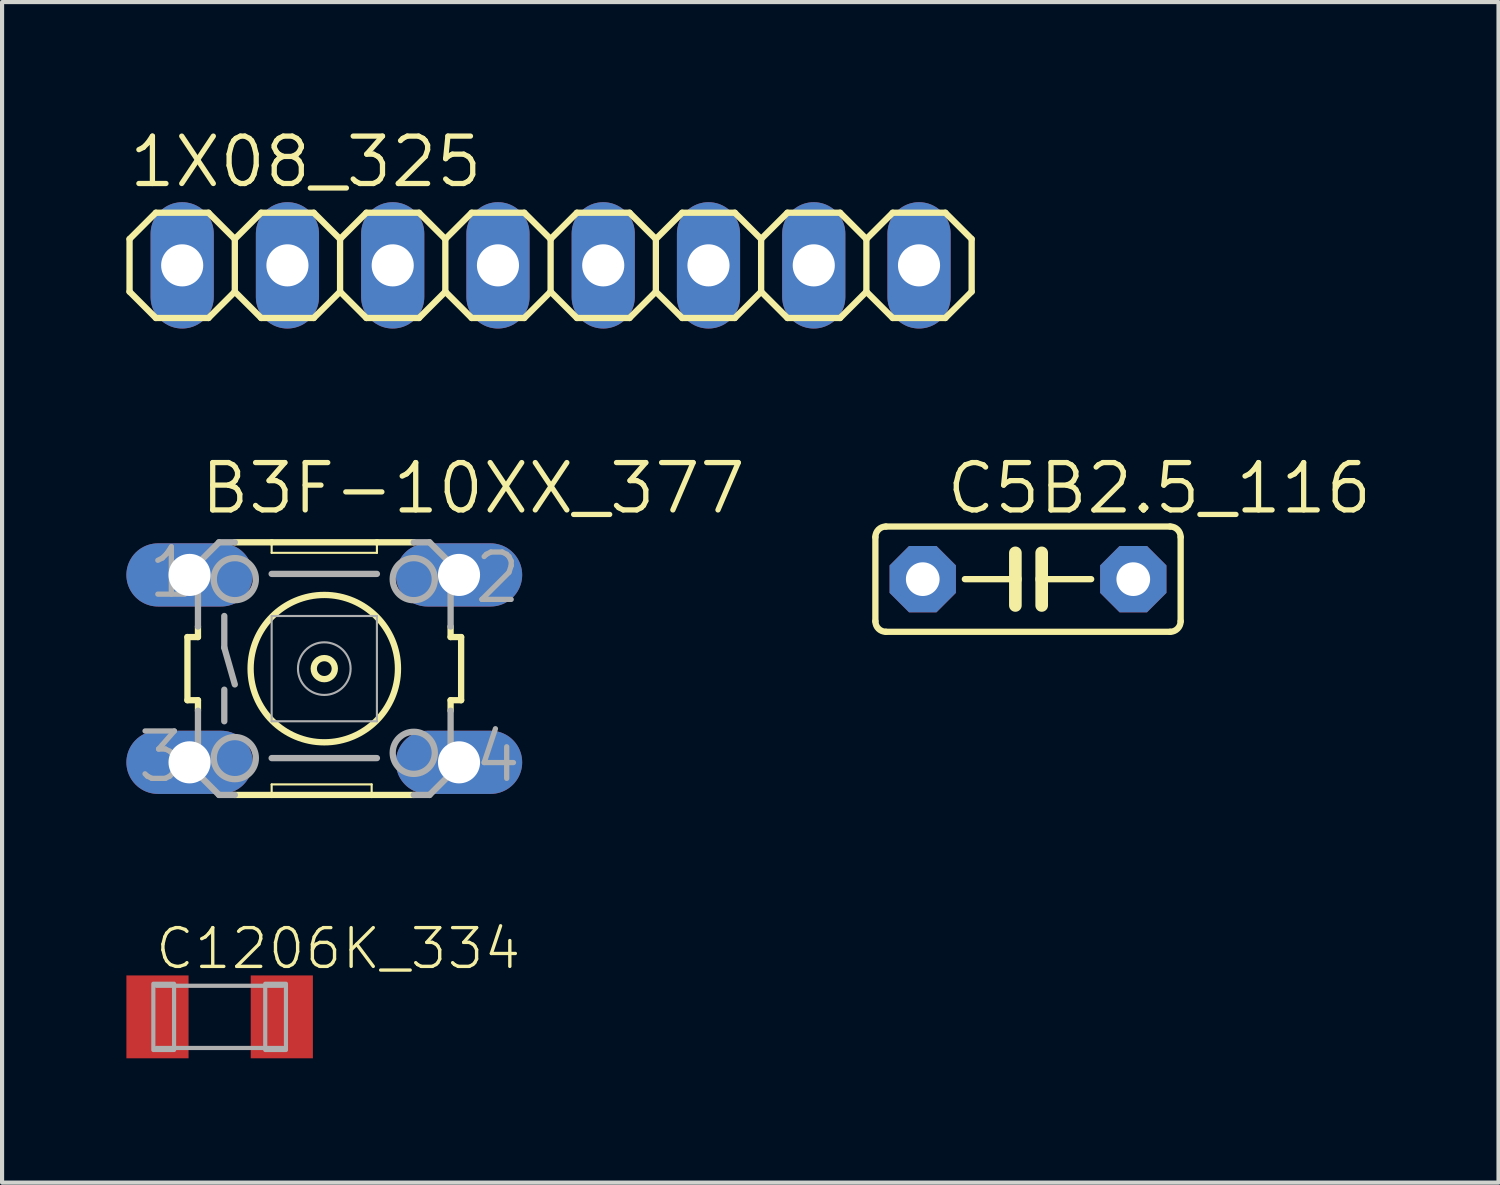
<source format=kicad_pcb>
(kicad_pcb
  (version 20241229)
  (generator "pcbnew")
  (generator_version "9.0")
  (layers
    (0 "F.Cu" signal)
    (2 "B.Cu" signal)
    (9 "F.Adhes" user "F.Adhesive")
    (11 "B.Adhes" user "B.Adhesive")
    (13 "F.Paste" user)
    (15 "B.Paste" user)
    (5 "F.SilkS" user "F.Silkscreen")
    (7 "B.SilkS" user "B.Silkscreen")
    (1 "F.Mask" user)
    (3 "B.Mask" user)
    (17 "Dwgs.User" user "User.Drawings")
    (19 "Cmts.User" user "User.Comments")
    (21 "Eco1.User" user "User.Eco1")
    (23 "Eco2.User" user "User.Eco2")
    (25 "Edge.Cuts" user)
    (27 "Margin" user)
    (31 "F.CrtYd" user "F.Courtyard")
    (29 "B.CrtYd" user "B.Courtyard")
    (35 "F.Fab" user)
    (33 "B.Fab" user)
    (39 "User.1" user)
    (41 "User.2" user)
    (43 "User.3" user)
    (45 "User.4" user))
  (footprint "1X08_325"
    (layer "F.Cu")
    (at 10.236 3.353)
    (property "Reference" "1X08_325" (at -10.236 -1.829 0) (unlocked yes) (layer "F.SilkS") (effects (font (size 1.143 1.143) (thickness 0.127)) (justify left bottom)))
    (fp_line (start -10.16 -0.635) (end -10.16 0.635) (stroke (width 0.152) (type solid)) (layer "F.SilkS"))
    (fp_line (start -10.16 0.635) (end -9.525 1.27) (stroke (width 0.152) (type solid)) (layer "F.SilkS"))
    (fp_line (start -9.525 -1.27) (end -10.16 -0.635) (stroke (width 0.152) (type solid)) (layer "F.SilkS"))
    (fp_line (start -9.525 -1.27) (end -8.255 -1.27) (stroke (width 0.152) (type solid)) (layer "F.SilkS"))
    (fp_line (start -8.255 -1.27) (end -7.62 -0.635) (stroke (width 0.152) (type solid)) (layer "F.SilkS"))
    (fp_line (start -8.255 1.27) (end -9.525 1.27) (stroke (width 0.152) (type solid)) (layer "F.SilkS"))
    (fp_line (start -7.62 -0.635) (end -7.62 0.635) (stroke (width 0.152) (type solid)) (layer "F.SilkS"))
    (fp_line (start -7.62 -0.635) (end -6.985 -1.27) (stroke (width 0.152) (type solid)) (layer "F.SilkS"))
    (fp_line (start -7.62 0.635) (end -8.255 1.27) (stroke (width 0.152) (type solid)) (layer "F.SilkS"))
    (fp_line (start -6.985 -1.27) (end -5.715 -1.27) (stroke (width 0.152) (type solid)) (layer "F.SilkS"))
    (fp_line (start -6.985 1.27) (end -7.62 0.635) (stroke (width 0.152) (type solid)) (layer "F.SilkS"))
    (fp_line (start -5.715 -1.27) (end -5.08 -0.635) (stroke (width 0.152) (type solid)) (layer "F.SilkS"))
    (fp_line (start -5.715 1.27) (end -6.985 1.27) (stroke (width 0.152) (type solid)) (layer "F.SilkS"))
    (fp_line (start -5.08 -0.635) (end -5.08 0.635) (stroke (width 0.152) (type solid)) (layer "F.SilkS"))
    (fp_line (start -5.08 -0.635) (end -4.445 -1.27) (stroke (width 0.152) (type solid)) (layer "F.SilkS"))
    (fp_line (start -5.08 0.635) (end -5.715 1.27) (stroke (width 0.152) (type solid)) (layer "F.SilkS"))
    (fp_line (start -4.445 -1.27) (end -3.175 -1.27) (stroke (width 0.152) (type solid)) (layer "F.SilkS"))
    (fp_line (start -4.445 1.27) (end -5.08 0.635) (stroke (width 0.152) (type solid)) (layer "F.SilkS"))
    (fp_line (start -3.175 -1.27) (end -2.54 -0.635) (stroke (width 0.152) (type solid)) (layer "F.SilkS"))
    (fp_line (start -3.175 1.27) (end -4.445 1.27) (stroke (width 0.152) (type solid)) (layer "F.SilkS"))
    (fp_line (start -2.54 -0.635) (end -2.54 0.635) (stroke (width 0.152) (type solid)) (layer "F.SilkS"))
    (fp_line (start -2.54 0.635) (end -3.175 1.27) (stroke (width 0.152) (type solid)) (layer "F.SilkS"))
    (fp_line (start -2.54 0.635) (end -1.905 1.27) (stroke (width 0.152) (type solid)) (layer "F.SilkS"))
    (fp_line (start -1.905 -1.27) (end -2.54 -0.635) (stroke (width 0.152) (type solid)) (layer "F.SilkS"))
    (fp_line (start -1.905 -1.27) (end -0.635 -1.27) (stroke (width 0.152) (type solid)) (layer "F.SilkS"))
    (fp_line (start -0.635 -1.27) (end 0 -0.635) (stroke (width 0.152) (type solid)) (layer "F.SilkS"))
    (fp_line (start -0.635 1.27) (end -1.905 1.27) (stroke (width 0.152) (type solid)) (layer "F.SilkS"))
    (fp_line (start 0 -0.635) (end 0 0.635) (stroke (width 0.152) (type solid)) (layer "F.SilkS"))
    (fp_line (start 0 -0.635) (end 0.635 -1.27) (stroke (width 0.152) (type solid)) (layer "F.SilkS"))
    (fp_line (start 0 0.635) (end -0.635 1.27) (stroke (width 0.152) (type solid)) (layer "F.SilkS"))
    (fp_line (start 0.635 -1.27) (end 1.905 -1.27) (stroke (width 0.152) (type solid)) (layer "F.SilkS"))
    (fp_line (start 0.635 1.27) (end 0 0.635) (stroke (width 0.152) (type solid)) (layer "F.SilkS"))
    (fp_line (start 1.905 -1.27) (end 2.54 -0.635) (stroke (width 0.152) (type solid)) (layer "F.SilkS"))
    (fp_line (start 1.905 1.27) (end 0.635 1.27) (stroke (width 0.152) (type solid)) (layer "F.SilkS"))
    (fp_line (start 2.54 -0.635) (end 2.54 0.635) (stroke (width 0.152) (type solid)) (layer "F.SilkS"))
    (fp_line (start 2.54 -0.635) (end 3.175 -1.27) (stroke (width 0.152) (type solid)) (layer "F.SilkS"))
    (fp_line (start 2.54 0.635) (end 1.905 1.27) (stroke (width 0.152) (type solid)) (layer "F.SilkS"))
    (fp_line (start 3.175 -1.27) (end 4.445 -1.27) (stroke (width 0.152) (type solid)) (layer "F.SilkS"))
    (fp_line (start 3.175 1.27) (end 2.54 0.635) (stroke (width 0.152) (type solid)) (layer "F.SilkS"))
    (fp_line (start 4.445 -1.27) (end 5.08 -0.635) (stroke (width 0.152) (type solid)) (layer "F.SilkS"))
    (fp_line (start 4.445 1.27) (end 3.175 1.27) (stroke (width 0.152) (type solid)) (layer "F.SilkS"))
    (fp_line (start 5.08 -0.635) (end 5.08 0.635) (stroke (width 0.152) (type solid)) (layer "F.SilkS"))
    (fp_line (start 5.08 0.635) (end 4.445 1.27) (stroke (width 0.152) (type solid)) (layer "F.SilkS"))
    (fp_line (start 5.08 0.635) (end 5.715 1.27) (stroke (width 0.152) (type solid)) (layer "F.SilkS"))
    (fp_line (start 5.715 -1.27) (end 5.08 -0.635) (stroke (width 0.152) (type solid)) (layer "F.SilkS"))
    (fp_line (start 5.715 -1.27) (end 6.985 -1.27) (stroke (width 0.152) (type solid)) (layer "F.SilkS"))
    (fp_line (start 6.985 -1.27) (end 7.62 -0.635) (stroke (width 0.152) (type solid)) (layer "F.SilkS"))
    (fp_line (start 6.985 1.27) (end 5.715 1.27) (stroke (width 0.152) (type solid)) (layer "F.SilkS"))
    (fp_line (start 7.62 -0.635) (end 7.62 0.635) (stroke (width 0.152) (type solid)) (layer "F.SilkS"))
    (fp_line (start 7.62 0.635) (end 6.985 1.27) (stroke (width 0.152) (type solid)) (layer "F.SilkS"))
    (fp_line (start 7.62 0.635) (end 8.255 1.27) (stroke (width 0.152) (type solid)) (layer "F.SilkS"))
    (fp_line (start 8.255 -1.27) (end 7.62 -0.635) (stroke (width 0.152) (type solid)) (layer "F.SilkS"))
    (fp_line (start 8.255 -1.27) (end 9.525 -1.27) (stroke (width 0.152) (type solid)) (layer "F.SilkS"))
    (fp_line (start 9.525 -1.27) (end 10.16 -0.635) (stroke (width 0.152) (type solid)) (layer "F.SilkS"))
    (fp_line (start 9.525 1.27) (end 8.255 1.27) (stroke (width 0.152) (type solid)) (layer "F.SilkS"))
    (fp_line (start 10.16 -0.635) (end 10.16 0.635) (stroke (width 0.152) (type solid)) (layer "F.SilkS"))
    (fp_line (start 10.16 0.635) (end 9.525 1.27) (stroke (width 0.152) (type solid)) (layer "F.SilkS"))
    (fp_poly (pts (xy -9.144 0.254) (xy -8.636 0.254) (xy -8.636 -0.254) (xy -9.144 -0.254)) (stroke (width 0.1) (type default)) (fill no) (layer "F.Fab"))
    (fp_poly (pts (xy -6.604 0.254) (xy -6.096 0.254) (xy -6.096 -0.254) (xy -6.604 -0.254)) (stroke (width 0.1) (type default)) (fill no) (layer "F.Fab"))
    (fp_poly (pts (xy -4.064 0.254) (xy -3.556 0.254) (xy -3.556 -0.254) (xy -4.064 -0.254)) (stroke (width 0.1) (type default)) (fill no) (layer "F.Fab"))
    (fp_poly (pts (xy -1.524 0.254) (xy -1.016 0.254) (xy -1.016 -0.254) (xy -1.524 -0.254)) (stroke (width 0.1) (type default)) (fill no) (layer "F.Fab"))
    (fp_poly (pts (xy 1.016 0.254) (xy 1.524 0.254) (xy 1.524 -0.254) (xy 1.016 -0.254)) (stroke (width 0.1) (type default)) (fill no) (layer "F.Fab"))
    (fp_poly (pts (xy 3.556 0.254) (xy 4.064 0.254) (xy 4.064 -0.254) (xy 3.556 -0.254)) (stroke (width 0.1) (type default)) (fill no) (layer "F.Fab"))
    (fp_poly (pts (xy 6.096 0.254) (xy 6.604 0.254) (xy 6.604 -0.254) (xy 6.096 -0.254)) (stroke (width 0.1) (type default)) (fill no) (layer "F.Fab"))
    (fp_poly (pts (xy 8.636 0.254) (xy 9.144 0.254) (xy 9.144 -0.254) (xy 8.636 -0.254)) (stroke (width 0.1) (type default)) (fill no) (layer "F.Fab"))
    (pad "1" thru_hole oval (at -8.89 0 90) (size 3.048 1.524) (drill 1.016) (layers "*.Cu" "*.Mask"))
    (pad "2" thru_hole oval (at -6.35 0 90) (size 3.048 1.524) (drill 1.016) (layers "*.Cu" "*.Mask"))
    (pad "3" thru_hole oval (at -3.81 0 90) (size 3.048 1.524) (drill 1.016) (layers "*.Cu" "*.Mask"))
    (pad "4" thru_hole oval (at -1.27 0 90) (size 3.048 1.524) (drill 1.016) (layers "*.Cu" "*.Mask"))
    (pad "5" thru_hole oval (at 1.27 0 90) (size 3.048 1.524) (drill 1.016) (layers "*.Cu" "*.Mask"))
    (pad "6" thru_hole oval (at 3.81 0 90) (size 3.048 1.524) (drill 1.016) (layers "*.Cu" "*.Mask"))
    (pad "7" thru_hole oval (at 6.35 0 90) (size 3.048 1.524) (drill 1.016) (layers "*.Cu" "*.Mask"))
    (pad "8" thru_hole oval (at 8.89 0 90) (size 3.048 1.524) (drill 1.016) (layers "*.Cu" "*.Mask")))
  (footprint "C1206K_334"
    (layer "F.Cu")
    (at 2.25 21.487)
    (property "Reference" "C1206K_334" (at -1.6 -1.1 0) (unlocked yes) (layer "F.SilkS") (effects (font (size 0.935 0.935) (thickness 0.081)) (justify left bottom)))
    (fp_line (start -1.525 -0.75) (end 1.525 -0.75) (stroke (width 0.102) (type solid)) (layer "F.Fab"))
    (fp_line (start 1.525 0.75) (end -1.525 0.75) (stroke (width 0.102) (type solid)) (layer "F.Fab"))
    (fp_poly (pts (xy -1.6 0.8) (xy -1.1 0.8) (xy -1.1 -0.8) (xy -1.6 -0.8)) (stroke (width 0.1) (type default)) (fill no) (layer "F.Fab"))
    (fp_poly (pts (xy 1.1 0.8) (xy 1.6 0.8) (xy 1.6 -0.8) (xy 1.1 -0.8)) (stroke (width 0.1) (type default)) (fill no) (layer "F.Fab"))
    (pad "1" smd rect (at -1.5 0) (size 1.5 2) (layers "F.Cu" "F.Mask" "F.Paste"))
    (pad "2" smd rect (at 1.5 0) (size 1.5 2) (layers "F.Cu" "F.Mask" "F.Paste")))
  (footprint "B3F-10XX_377"
    (layer "F.Cu")
    (at 4.775 13.084)
    (property "Reference" "B3F-10XX_377" (at -3.048 -3.683 0) (unlocked yes) (layer "F.SilkS") (effects (font (size 1.143 1.143) (thickness 0.127)) (justify left bottom)))
    (fp_line (start -3.302 -0.762) (end -3.302 0.762) (stroke (width 0.152) (type solid)) (layer "F.SilkS"))
    (fp_line (start -3.302 -0.762) (end -3.048 -0.762) (stroke (width 0.152) (type solid)) (layer "F.SilkS"))
    (fp_line (start -3.048 -0.762) (end -3.048 -1.016) (stroke (width 0.152) (type solid)) (layer "F.SilkS"))
    (fp_line (start -3.048 0.762) (end -3.302 0.762) (stroke (width 0.152) (type solid)) (layer "F.SilkS"))
    (fp_line (start -3.048 0.762) (end -3.048 1.016) (stroke (width 0.152) (type solid)) (layer "F.SilkS"))
    (fp_line (start -2.159 3.048) (end -1.27 3.048) (stroke (width 0.152) (type solid)) (layer "F.SilkS"))
    (fp_line (start -1.27 -3.048) (end -2.159 -3.048) (stroke (width 0.152) (type solid)) (layer "F.SilkS"))
    (fp_line (start -1.27 -3.048) (end -1.27 -2.794) (stroke (width 0.051) (type solid)) (layer "F.SilkS"))
    (fp_line (start -1.27 2.794) (end -1.27 3.048) (stroke (width 0.051) (type solid)) (layer "F.SilkS"))
    (fp_line (start -1.27 3.048) (end 1.143 3.048) (stroke (width 0.152) (type solid)) (layer "F.SilkS"))
    (fp_line (start 1.143 2.794) (end -1.27 2.794) (stroke (width 0.051) (type solid)) (layer "F.SilkS"))
    (fp_line (start 1.143 2.794) (end 1.143 3.048) (stroke (width 0.051) (type solid)) (layer "F.SilkS"))
    (fp_line (start 1.143 3.048) (end 2.159 3.048) (stroke (width 0.152) (type solid)) (layer "F.SilkS"))
    (fp_line (start 1.27 -3.048) (end -1.27 -3.048) (stroke (width 0.152) (type solid)) (layer "F.SilkS"))
    (fp_line (start 1.27 -2.794) (end -1.27 -2.794) (stroke (width 0.051) (type solid)) (layer "F.SilkS"))
    (fp_line (start 1.27 -2.794) (end 1.27 -3.048) (stroke (width 0.051) (type solid)) (layer "F.SilkS"))
    (fp_line (start 2.159 -3.048) (end 1.27 -3.048) (stroke (width 0.152) (type solid)) (layer "F.SilkS"))
    (fp_line (start 3.048 -0.762) (end 3.048 -1.016) (stroke (width 0.152) (type solid)) (layer "F.SilkS"))
    (fp_line (start 3.048 -0.762) (end 3.302 -0.762) (stroke (width 0.152) (type solid)) (layer "F.SilkS"))
    (fp_line (start 3.048 0.762) (end 3.048 1.016) (stroke (width 0.152) (type solid)) (layer "F.SilkS"))
    (fp_line (start 3.302 0.762) (end 3.048 0.762) (stroke (width 0.152) (type solid)) (layer "F.SilkS"))
    (fp_line (start 3.302 0.762) (end 3.302 -0.762) (stroke (width 0.152) (type solid)) (layer "F.SilkS"))
    (fp_circle (center 0 0) (end 0.254 0) (stroke (width 0.152) (type solid)) (fill no) (layer "F.SilkS"))
    (fp_circle (center 0 0) (end 1.778 0) (stroke (width 0.152) (type solid)) (fill no) (layer "F.SilkS"))
    (fp_line (start -3.048 -2.54) (end -3.048 -1.016) (stroke (width 0.152) (type solid)) (layer "F.Fab"))
    (fp_line (start -3.048 2.54) (end -3.048 1.016) (stroke (width 0.152) (type solid)) (layer "F.Fab"))
    (fp_line (start -2.54 -3.048) (end -3.048 -2.54) (stroke (width 0.152) (type solid)) (layer "F.Fab"))
    (fp_line (start -2.54 -3.048) (end -2.159 -3.048) (stroke (width 0.152) (type solid)) (layer "F.Fab"))
    (fp_line (start -2.54 3.048) (end -3.048 2.54) (stroke (width 0.152) (type solid)) (layer "F.Fab"))
    (fp_line (start -2.54 3.048) (end -2.159 3.048) (stroke (width 0.152) (type solid)) (layer "F.Fab"))
    (fp_line (start -2.413 -1.27) (end -2.413 -0.508) (stroke (width 0.152) (type solid)) (layer "F.Fab"))
    (fp_line (start -2.413 -0.508) (end -2.159 0.381) (stroke (width 0.152) (type solid)) (layer "F.Fab"))
    (fp_line (start -2.413 0.508) (end -2.413 1.27) (stroke (width 0.152) (type solid)) (layer "F.Fab"))
    (fp_line (start -1.27 -1.27) (end -1.27 1.27) (stroke (width 0.051) (type solid)) (layer "F.Fab"))
    (fp_line (start -1.27 -1.27) (end 1.27 -1.27) (stroke (width 0.051) (type solid)) (layer "F.Fab"))
    (fp_line (start -1.27 2.159) (end 1.27 2.159) (stroke (width 0.152) (type solid)) (layer "F.Fab"))
    (fp_line (start 1.27 -2.286) (end -1.27 -2.286) (stroke (width 0.152) (type solid)) (layer "F.Fab"))
    (fp_line (start 1.27 1.27) (end -1.27 1.27) (stroke (width 0.051) (type solid)) (layer "F.Fab"))
    (fp_line (start 1.27 1.27) (end 1.27 -1.27) (stroke (width 0.051) (type solid)) (layer "F.Fab"))
    (fp_line (start 2.54 -3.048) (end 2.159 -3.048) (stroke (width 0.152) (type solid)) (layer "F.Fab"))
    (fp_line (start 2.54 3.048) (end 2.159 3.048) (stroke (width 0.152) (type solid)) (layer "F.Fab"))
    (fp_line (start 2.54 3.048) (end 3.048 2.54) (stroke (width 0.152) (type solid)) (layer "F.Fab"))
    (fp_line (start 3.048 -2.54) (end 2.54 -3.048) (stroke (width 0.152) (type solid)) (layer "F.Fab"))
    (fp_line (start 3.048 -1.016) (end 3.048 -2.54) (stroke (width 0.152) (type solid)) (layer "F.Fab"))
    (fp_line (start 3.048 2.54) (end 3.048 1.016) (stroke (width 0.152) (type solid)) (layer "F.Fab"))
    (fp_circle (center -2.159 -2.159) (end -1.651 -2.159) (stroke (width 0.152) (type solid)) (fill no) (layer "F.Fab"))
    (fp_circle (center -2.159 2.159) (end -1.651 2.159) (stroke (width 0.152) (type solid)) (fill no) (layer "F.Fab"))
    (fp_circle (center 0 0) (end 0.635 0) (stroke (width 0.051) (type solid)) (fill no) (layer "F.Fab"))
    (fp_circle (center 2.159 -2.159) (end 2.667 -2.159) (stroke (width 0.152) (type solid)) (fill no) (layer "F.Fab"))
    (fp_circle (center 2.159 2.032) (end 2.667 2.032) (stroke (width 0.152) (type solid)) (fill no) (layer "F.Fab"))
    (fp_text user "2" (at 3.556 -1.524 0) (unlocked yes) (layer "F.Fab") (effects (font (size 1.143 1.143) (thickness 0.127)) (justify left bottom)))
    (fp_text user "1" (at -4.318 -1.651 0) (unlocked yes) (layer "F.Fab") (effects (font (size 1.143 1.143) (thickness 0.127)) (justify left bottom)))
    (fp_text user "3" (at -4.572 2.794 0) (unlocked yes) (layer "F.Fab") (effects (font (size 1.143 1.143) (thickness 0.127)) (justify left bottom)))
    (fp_text user "4" (at 3.556 2.794 0) (unlocked yes) (layer "F.Fab") (effects (font (size 1.143 1.143) (thickness 0.127)) (justify left bottom)))
    (pad "1" thru_hole oval (at -3.251 -2.261) (size 3.048 1.524) (drill 1.016) (layers "*.Cu" "*.Mask"))
    (pad "2" thru_hole oval (at 3.251 -2.261) (size 3.048 1.524) (drill 1.016) (layers "*.Cu" "*.Mask"))
    (pad "3" thru_hole oval (at -3.251 2.261) (size 3.048 1.524) (drill 1.016) (layers "*.Cu" "*.Mask"))
    (pad "4" thru_hole oval (at 3.251 2.261) (size 3.048 1.524) (drill 1.016) (layers "*.Cu" "*.Mask")))
  (footprint "C5B2.5_116"
    (layer "F.Cu")
    (at 21.756 10.925)
    (property "Reference" "C5B2.5_116" (at -2.032 -1.524 0) (unlocked yes) (layer "F.SilkS") (effects (font (size 1.143 1.143) (thickness 0.127)) (justify left bottom)))
    (fp_line (start -3.683 -1.016) (end -3.683 1.016) (stroke (width 0.152) (type solid)) (layer "F.SilkS"))
    (fp_line (start -3.429 1.27) (end 3.429 1.27) (stroke (width 0.152) (type solid)) (layer "F.SilkS"))
    (fp_line (start -0.305 -0.635) (end -0.305 0) (stroke (width 0.305) (type solid)) (layer "F.SilkS"))
    (fp_line (start -0.305 0) (end -1.524 0) (stroke (width 0.152) (type solid)) (layer "F.SilkS"))
    (fp_line (start -0.305 0) (end -0.305 0.635) (stroke (width 0.305) (type solid)) (layer "F.SilkS"))
    (fp_line (start 0.33 -0.635) (end 0.33 0) (stroke (width 0.305) (type solid)) (layer "F.SilkS"))
    (fp_line (start 0.33 0) (end 0.33 0.635) (stroke (width 0.305) (type solid)) (layer "F.SilkS"))
    (fp_line (start 0.33 0) (end 1.524 0) (stroke (width 0.152) (type solid)) (layer "F.SilkS"))
    (fp_line (start 3.429 -1.27) (end -3.429 -1.27) (stroke (width 0.152) (type solid)) (layer "F.SilkS"))
    (fp_line (start 3.683 1.016) (end 3.683 -1.016) (stroke (width 0.152) (type solid)) (layer "F.SilkS"))
    (fp_arc (start -3.683 -1.016) (mid -3.608605 -1.195605) (end -3.429 -1.27) (stroke (width 0.1524) (type solid)) (layer "F.SilkS"))
    (fp_arc (start -3.429 1.27) (mid -3.608605 1.195605) (end -3.683 1.016) (stroke (width 0.1524) (type solid)) (layer "F.SilkS"))
    (fp_arc (start 3.429 -1.27) (mid 3.608605 -1.195605) (end 3.683 -1.016) (stroke (width 0.1524) (type solid)) (layer "F.SilkS"))
    (fp_arc (start 3.683 1.016) (mid 3.608605 1.195605) (end 3.429 1.27) (stroke (width 0.1524) (type solid)) (layer "F.SilkS"))
    (pad "1" thru_hole roundrect (at -2.54 0) (size 1.6 1.6) (drill 0.813) (layers "*.Cu" "*.Mask") (roundrect_rratio 0.25) (chamfer_ratio 0.293) (chamfer top_left top_right bottom_left bottom_right))
    (pad "2" thru_hole roundrect (at 2.54 0) (size 1.6 1.6) (drill 0.813) (layers "*.Cu" "*.Mask") (roundrect_rratio 0.25) (chamfer_ratio 0.293) (chamfer top_left top_right bottom_left bottom_right)))
  (gr_rect
    (start -3 -3)
    (end 33.109 25.487)
    (stroke (width 0.1) (type default))
    (fill no)
    (layer "Edge.Cuts")))
</source>
